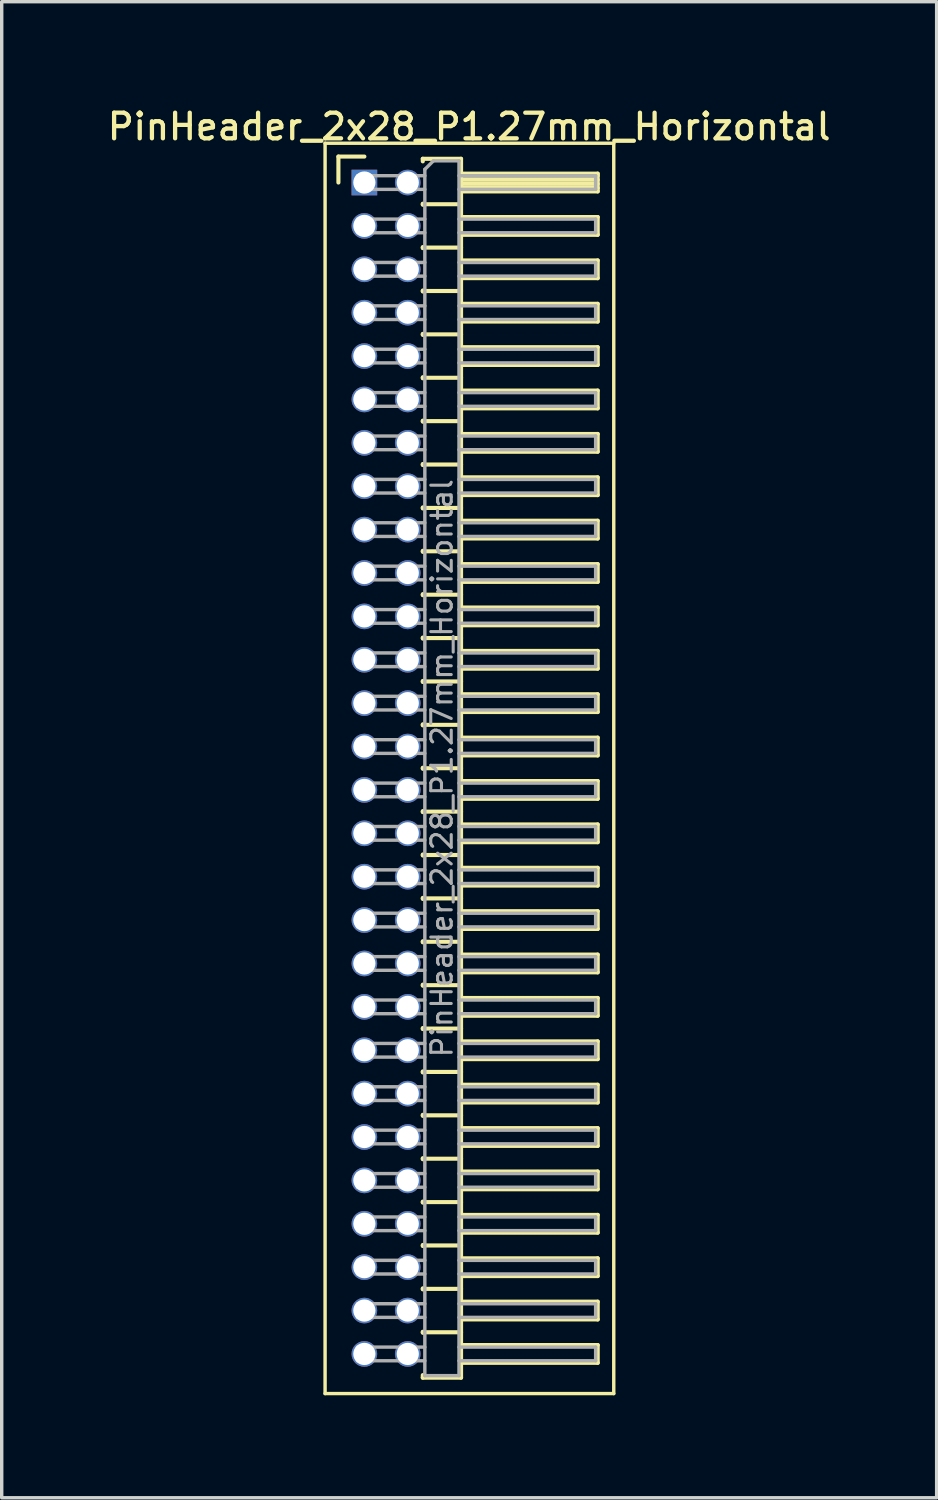
<source format=kicad_pcb>
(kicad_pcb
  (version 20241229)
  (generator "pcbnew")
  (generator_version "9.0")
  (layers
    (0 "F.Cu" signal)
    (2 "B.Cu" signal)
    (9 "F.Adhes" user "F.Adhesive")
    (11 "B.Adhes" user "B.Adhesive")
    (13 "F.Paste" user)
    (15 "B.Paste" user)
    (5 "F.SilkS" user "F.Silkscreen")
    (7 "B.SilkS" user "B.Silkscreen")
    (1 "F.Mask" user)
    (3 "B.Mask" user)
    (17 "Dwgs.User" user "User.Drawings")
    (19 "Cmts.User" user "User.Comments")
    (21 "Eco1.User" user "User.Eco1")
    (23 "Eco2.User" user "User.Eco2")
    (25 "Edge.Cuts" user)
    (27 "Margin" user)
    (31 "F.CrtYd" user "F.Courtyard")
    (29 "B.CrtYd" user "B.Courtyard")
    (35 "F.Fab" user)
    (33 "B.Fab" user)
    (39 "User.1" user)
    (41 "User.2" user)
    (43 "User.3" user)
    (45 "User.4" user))
  (footprint "PinHeader_2x28_P1.27mm_Horizontal"
    (layer "F.Cu")
    (at 7.616 2.293)
    (property "Reference" "PinHeader_2x28_P1.27mm_Horizontal" (at 3.067 -1.635 0) (layer "F.SilkS") (effects (font (size 0.75 0.75) (thickness 0.125))))
    (attr through_hole)
    (fp_line (start -1.15 -1.15) (end -1.15 35.45) (stroke (width 0.1) (type solid)) (layer "F.SilkS"))
    (fp_line (start -1.15 35.45) (end 7.3 35.45) (stroke (width 0.1) (type solid)) (layer "F.SilkS"))
    (fp_line (start -0.76 -0.76) (end 0 -0.76) (stroke (width 0.12) (type solid)) (layer "F.SilkS"))
    (fp_line (start -0.76 0) (end -0.76 -0.76) (stroke (width 0.12) (type solid)) (layer "F.SilkS"))
    (fp_line (start 1.71 -0.695) (end 2.83 -0.695) (stroke (width 0.12) (type solid)) (layer "F.SilkS"))
    (fp_line (start 1.71 -0.62) (end 1.71 -0.695) (stroke (width 0.12) (type solid)) (layer "F.SilkS"))
    (fp_line (start 1.71 0.62) (end 1.71 0.65) (stroke (width 0.12) (type solid)) (layer "F.SilkS"))
    (fp_line (start 1.71 0.635) (end 2.83 0.635) (stroke (width 0.12) (type solid)) (layer "F.SilkS"))
    (fp_line (start 1.71 1.89) (end 1.71 1.92) (stroke (width 0.12) (type solid)) (layer "F.SilkS"))
    (fp_line (start 1.71 1.905) (end 2.83 1.905) (stroke (width 0.12) (type solid)) (layer "F.SilkS"))
    (fp_line (start 1.71 3.16) (end 1.71 3.19) (stroke (width 0.12) (type solid)) (layer "F.SilkS"))
    (fp_line (start 1.71 3.175) (end 2.83 3.175) (stroke (width 0.12) (type solid)) (layer "F.SilkS"))
    (fp_line (start 1.71 4.43) (end 1.71 4.46) (stroke (width 0.12) (type solid)) (layer "F.SilkS"))
    (fp_line (start 1.71 4.445) (end 2.83 4.445) (stroke (width 0.12) (type solid)) (layer "F.SilkS"))
    (fp_line (start 1.71 5.7) (end 1.71 5.73) (stroke (width 0.12) (type solid)) (layer "F.SilkS"))
    (fp_line (start 1.71 5.715) (end 2.83 5.715) (stroke (width 0.12) (type solid)) (layer "F.SilkS"))
    (fp_line (start 1.71 6.97) (end 1.71 7) (stroke (width 0.12) (type solid)) (layer "F.SilkS"))
    (fp_line (start 1.71 6.985) (end 2.83 6.985) (stroke (width 0.12) (type solid)) (layer "F.SilkS"))
    (fp_line (start 1.71 8.24) (end 1.71 8.27) (stroke (width 0.12) (type solid)) (layer "F.SilkS"))
    (fp_line (start 1.71 8.255) (end 2.83 8.255) (stroke (width 0.12) (type solid)) (layer "F.SilkS"))
    (fp_line (start 1.71 9.51) (end 1.71 9.54) (stroke (width 0.12) (type solid)) (layer "F.SilkS"))
    (fp_line (start 1.71 9.525) (end 2.83 9.525) (stroke (width 0.12) (type solid)) (layer "F.SilkS"))
    (fp_line (start 1.71 10.78) (end 1.71 10.81) (stroke (width 0.12) (type solid)) (layer "F.SilkS"))
    (fp_line (start 1.71 10.795) (end 2.83 10.795) (stroke (width 0.12) (type solid)) (layer "F.SilkS"))
    (fp_line (start 1.71 12.05) (end 1.71 12.08) (stroke (width 0.12) (type solid)) (layer "F.SilkS"))
    (fp_line (start 1.71 12.065) (end 2.83 12.065) (stroke (width 0.12) (type solid)) (layer "F.SilkS"))
    (fp_line (start 1.71 13.32) (end 1.71 13.35) (stroke (width 0.12) (type solid)) (layer "F.SilkS"))
    (fp_line (start 1.71 13.335) (end 2.83 13.335) (stroke (width 0.12) (type solid)) (layer "F.SilkS"))
    (fp_line (start 1.71 14.59) (end 1.71 14.62) (stroke (width 0.12) (type solid)) (layer "F.SilkS"))
    (fp_line (start 1.71 14.605) (end 2.83 14.605) (stroke (width 0.12) (type solid)) (layer "F.SilkS"))
    (fp_line (start 1.71 15.86) (end 1.71 15.89) (stroke (width 0.12) (type solid)) (layer "F.SilkS"))
    (fp_line (start 1.71 15.875) (end 2.83 15.875) (stroke (width 0.12) (type solid)) (layer "F.SilkS"))
    (fp_line (start 1.71 17.13) (end 1.71 17.16) (stroke (width 0.12) (type solid)) (layer "F.SilkS"))
    (fp_line (start 1.71 17.145) (end 2.83 17.145) (stroke (width 0.12) (type solid)) (layer "F.SilkS"))
    (fp_line (start 1.71 18.4) (end 1.71 18.43) (stroke (width 0.12) (type solid)) (layer "F.SilkS"))
    (fp_line (start 1.71 18.415) (end 2.83 18.415) (stroke (width 0.12) (type solid)) (layer "F.SilkS"))
    (fp_line (start 1.71 19.67) (end 1.71 19.7) (stroke (width 0.12) (type solid)) (layer "F.SilkS"))
    (fp_line (start 1.71 19.685) (end 2.83 19.685) (stroke (width 0.12) (type solid)) (layer "F.SilkS"))
    (fp_line (start 1.71 20.94) (end 1.71 20.97) (stroke (width 0.12) (type solid)) (layer "F.SilkS"))
    (fp_line (start 1.71 20.955) (end 2.83 20.955) (stroke (width 0.12) (type solid)) (layer "F.SilkS"))
    (fp_line (start 1.71 22.21) (end 1.71 22.24) (stroke (width 0.12) (type solid)) (layer "F.SilkS"))
    (fp_line (start 1.71 22.225) (end 2.83 22.225) (stroke (width 0.12) (type solid)) (layer "F.SilkS"))
    (fp_line (start 1.71 23.48) (end 1.71 23.51) (stroke (width 0.12) (type solid)) (layer "F.SilkS"))
    (fp_line (start 1.71 23.495) (end 2.83 23.495) (stroke (width 0.12) (type solid)) (layer "F.SilkS"))
    (fp_line (start 1.71 24.75) (end 1.71 24.78) (stroke (width 0.12) (type solid)) (layer "F.SilkS"))
    (fp_line (start 1.71 24.765) (end 2.83 24.765) (stroke (width 0.12) (type solid)) (layer "F.SilkS"))
    (fp_line (start 1.71 26.02) (end 1.71 26.05) (stroke (width 0.12) (type solid)) (layer "F.SilkS"))
    (fp_line (start 1.71 26.035) (end 2.83 26.035) (stroke (width 0.12) (type solid)) (layer "F.SilkS"))
    (fp_line (start 1.71 27.29) (end 1.71 27.32) (stroke (width 0.12) (type solid)) (layer "F.SilkS"))
    (fp_line (start 1.71 27.305) (end 2.83 27.305) (stroke (width 0.12) (type solid)) (layer "F.SilkS"))
    (fp_line (start 1.71 28.56) (end 1.71 28.59) (stroke (width 0.12) (type solid)) (layer "F.SilkS"))
    (fp_line (start 1.71 28.575) (end 2.83 28.575) (stroke (width 0.12) (type solid)) (layer "F.SilkS"))
    (fp_line (start 1.71 29.83) (end 1.71 29.86) (stroke (width 0.12) (type solid)) (layer "F.SilkS"))
    (fp_line (start 1.71 29.845) (end 2.83 29.845) (stroke (width 0.12) (type solid)) (layer "F.SilkS"))
    (fp_line (start 1.71 31.1) (end 1.71 31.13) (stroke (width 0.12) (type solid)) (layer "F.SilkS"))
    (fp_line (start 1.71 31.115) (end 2.83 31.115) (stroke (width 0.12) (type solid)) (layer "F.SilkS"))
    (fp_line (start 1.71 32.37) (end 1.71 32.4) (stroke (width 0.12) (type solid)) (layer "F.SilkS"))
    (fp_line (start 1.71 32.385) (end 2.83 32.385) (stroke (width 0.12) (type solid)) (layer "F.SilkS"))
    (fp_line (start 1.71 33.64) (end 1.71 33.67) (stroke (width 0.12) (type solid)) (layer "F.SilkS"))
    (fp_line (start 1.71 33.655) (end 2.83 33.655) (stroke (width 0.12) (type solid)) (layer "F.SilkS"))
    (fp_line (start 1.71 34.985) (end 1.71 34.91) (stroke (width 0.12) (type solid)) (layer "F.SilkS"))
    (fp_line (start 2.83 -0.695) (end 2.83 34.985) (stroke (width 0.12) (type solid)) (layer "F.SilkS"))
    (fp_line (start 2.83 -0.26) (end 6.83 -0.26) (stroke (width 0.12) (type solid)) (layer "F.SilkS"))
    (fp_line (start 2.83 -0.2) (end 6.83 -0.2) (stroke (width 0.12) (type solid)) (layer "F.SilkS"))
    (fp_line (start 2.83 -0.08) (end 6.83 -0.08) (stroke (width 0.12) (type solid)) (layer "F.SilkS"))
    (fp_line (start 2.83 0.04) (end 6.83 0.04) (stroke (width 0.12) (type solid)) (layer "F.SilkS"))
    (fp_line (start 2.83 0.16) (end 6.83 0.16) (stroke (width 0.12) (type solid)) (layer "F.SilkS"))
    (fp_line (start 2.83 1.01) (end 6.83 1.01) (stroke (width 0.12) (type solid)) (layer "F.SilkS"))
    (fp_line (start 2.83 2.28) (end 6.83 2.28) (stroke (width 0.12) (type solid)) (layer "F.SilkS"))
    (fp_line (start 2.83 3.55) (end 6.83 3.55) (stroke (width 0.12) (type solid)) (layer "F.SilkS"))
    (fp_line (start 2.83 4.82) (end 6.83 4.82) (stroke (width 0.12) (type solid)) (layer "F.SilkS"))
    (fp_line (start 2.83 6.09) (end 6.83 6.09) (stroke (width 0.12) (type solid)) (layer "F.SilkS"))
    (fp_line (start 2.83 7.36) (end 6.83 7.36) (stroke (width 0.12) (type solid)) (layer "F.SilkS"))
    (fp_line (start 2.83 8.63) (end 6.83 8.63) (stroke (width 0.12) (type solid)) (layer "F.SilkS"))
    (fp_line (start 2.83 9.9) (end 6.83 9.9) (stroke (width 0.12) (type solid)) (layer "F.SilkS"))
    (fp_line (start 2.83 11.17) (end 6.83 11.17) (stroke (width 0.12) (type solid)) (layer "F.SilkS"))
    (fp_line (start 2.83 12.44) (end 6.83 12.44) (stroke (width 0.12) (type solid)) (layer "F.SilkS"))
    (fp_line (start 2.83 13.71) (end 6.83 13.71) (stroke (width 0.12) (type solid)) (layer "F.SilkS"))
    (fp_line (start 2.83 14.98) (end 6.83 14.98) (stroke (width 0.12) (type solid)) (layer "F.SilkS"))
    (fp_line (start 2.83 16.25) (end 6.83 16.25) (stroke (width 0.12) (type solid)) (layer "F.SilkS"))
    (fp_line (start 2.83 17.52) (end 6.83 17.52) (stroke (width 0.12) (type solid)) (layer "F.SilkS"))
    (fp_line (start 2.83 18.79) (end 6.83 18.79) (stroke (width 0.12) (type solid)) (layer "F.SilkS"))
    (fp_line (start 2.83 20.06) (end 6.83 20.06) (stroke (width 0.12) (type solid)) (layer "F.SilkS"))
    (fp_line (start 2.83 21.33) (end 6.83 21.33) (stroke (width 0.12) (type solid)) (layer "F.SilkS"))
    (fp_line (start 2.83 22.6) (end 6.83 22.6) (stroke (width 0.12) (type solid)) (layer "F.SilkS"))
    (fp_line (start 2.83 23.87) (end 6.83 23.87) (stroke (width 0.12) (type solid)) (layer "F.SilkS"))
    (fp_line (start 2.83 25.14) (end 6.83 25.14) (stroke (width 0.12) (type solid)) (layer "F.SilkS"))
    (fp_line (start 2.83 26.41) (end 6.83 26.41) (stroke (width 0.12) (type solid)) (layer "F.SilkS"))
    (fp_line (start 2.83 27.68) (end 6.83 27.68) (stroke (width 0.12) (type solid)) (layer "F.SilkS"))
    (fp_line (start 2.83 28.95) (end 6.83 28.95) (stroke (width 0.12) (type solid)) (layer "F.SilkS"))
    (fp_line (start 2.83 30.22) (end 6.83 30.22) (stroke (width 0.12) (type solid)) (layer "F.SilkS"))
    (fp_line (start 2.83 31.49) (end 6.83 31.49) (stroke (width 0.12) (type solid)) (layer "F.SilkS"))
    (fp_line (start 2.83 32.76) (end 6.83 32.76) (stroke (width 0.12) (type solid)) (layer "F.SilkS"))
    (fp_line (start 2.83 34.03) (end 6.83 34.03) (stroke (width 0.12) (type solid)) (layer "F.SilkS"))
    (fp_line (start 2.83 34.985) (end 1.71 34.985) (stroke (width 0.12) (type solid)) (layer "F.SilkS"))
    (fp_line (start 6.83 -0.26) (end 6.83 0.26) (stroke (width 0.12) (type solid)) (layer "F.SilkS"))
    (fp_line (start 6.83 0.26) (end 2.83 0.26) (stroke (width 0.12) (type solid)) (layer "F.SilkS"))
    (fp_line (start 6.83 1.01) (end 6.83 1.53) (stroke (width 0.12) (type solid)) (layer "F.SilkS"))
    (fp_line (start 6.83 1.53) (end 2.83 1.53) (stroke (width 0.12) (type solid)) (layer "F.SilkS"))
    (fp_line (start 6.83 2.28) (end 6.83 2.8) (stroke (width 0.12) (type solid)) (layer "F.SilkS"))
    (fp_line (start 6.83 2.8) (end 2.83 2.8) (stroke (width 0.12) (type solid)) (layer "F.SilkS"))
    (fp_line (start 6.83 3.55) (end 6.83 4.07) (stroke (width 0.12) (type solid)) (layer "F.SilkS"))
    (fp_line (start 6.83 4.07) (end 2.83 4.07) (stroke (width 0.12) (type solid)) (layer "F.SilkS"))
    (fp_line (start 6.83 4.82) (end 6.83 5.34) (stroke (width 0.12) (type solid)) (layer "F.SilkS"))
    (fp_line (start 6.83 5.34) (end 2.83 5.34) (stroke (width 0.12) (type solid)) (layer "F.SilkS"))
    (fp_line (start 6.83 6.09) (end 6.83 6.61) (stroke (width 0.12) (type solid)) (layer "F.SilkS"))
    (fp_line (start 6.83 6.61) (end 2.83 6.61) (stroke (width 0.12) (type solid)) (layer "F.SilkS"))
    (fp_line (start 6.83 7.36) (end 6.83 7.88) (stroke (width 0.12) (type solid)) (layer "F.SilkS"))
    (fp_line (start 6.83 7.88) (end 2.83 7.88) (stroke (width 0.12) (type solid)) (layer "F.SilkS"))
    (fp_line (start 6.83 8.63) (end 6.83 9.15) (stroke (width 0.12) (type solid)) (layer "F.SilkS"))
    (fp_line (start 6.83 9.15) (end 2.83 9.15) (stroke (width 0.12) (type solid)) (layer "F.SilkS"))
    (fp_line (start 6.83 9.9) (end 6.83 10.42) (stroke (width 0.12) (type solid)) (layer "F.SilkS"))
    (fp_line (start 6.83 10.42) (end 2.83 10.42) (stroke (width 0.12) (type solid)) (layer "F.SilkS"))
    (fp_line (start 6.83 11.17) (end 6.83 11.69) (stroke (width 0.12) (type solid)) (layer "F.SilkS"))
    (fp_line (start 6.83 11.69) (end 2.83 11.69) (stroke (width 0.12) (type solid)) (layer "F.SilkS"))
    (fp_line (start 6.83 12.44) (end 6.83 12.96) (stroke (width 0.12) (type solid)) (layer "F.SilkS"))
    (fp_line (start 6.83 12.96) (end 2.83 12.96) (stroke (width 0.12) (type solid)) (layer "F.SilkS"))
    (fp_line (start 6.83 13.71) (end 6.83 14.23) (stroke (width 0.12) (type solid)) (layer "F.SilkS"))
    (fp_line (start 6.83 14.23) (end 2.83 14.23) (stroke (width 0.12) (type solid)) (layer "F.SilkS"))
    (fp_line (start 6.83 14.98) (end 6.83 15.5) (stroke (width 0.12) (type solid)) (layer "F.SilkS"))
    (fp_line (start 6.83 15.5) (end 2.83 15.5) (stroke (width 0.12) (type solid)) (layer "F.SilkS"))
    (fp_line (start 6.83 16.25) (end 6.83 16.77) (stroke (width 0.12) (type solid)) (layer "F.SilkS"))
    (fp_line (start 6.83 16.77) (end 2.83 16.77) (stroke (width 0.12) (type solid)) (layer "F.SilkS"))
    (fp_line (start 6.83 17.52) (end 6.83 18.04) (stroke (width 0.12) (type solid)) (layer "F.SilkS"))
    (fp_line (start 6.83 18.04) (end 2.83 18.04) (stroke (width 0.12) (type solid)) (layer "F.SilkS"))
    (fp_line (start 6.83 18.79) (end 6.83 19.31) (stroke (width 0.12) (type solid)) (layer "F.SilkS"))
    (fp_line (start 6.83 19.31) (end 2.83 19.31) (stroke (width 0.12) (type solid)) (layer "F.SilkS"))
    (fp_line (start 6.83 20.06) (end 6.83 20.58) (stroke (width 0.12) (type solid)) (layer "F.SilkS"))
    (fp_line (start 6.83 20.58) (end 2.83 20.58) (stroke (width 0.12) (type solid)) (layer "F.SilkS"))
    (fp_line (start 6.83 21.33) (end 6.83 21.85) (stroke (width 0.12) (type solid)) (layer "F.SilkS"))
    (fp_line (start 6.83 21.85) (end 2.83 21.85) (stroke (width 0.12) (type solid)) (layer "F.SilkS"))
    (fp_line (start 6.83 22.6) (end 6.83 23.12) (stroke (width 0.12) (type solid)) (layer "F.SilkS"))
    (fp_line (start 6.83 23.12) (end 2.83 23.12) (stroke (width 0.12) (type solid)) (layer "F.SilkS"))
    (fp_line (start 6.83 23.87) (end 6.83 24.39) (stroke (width 0.12) (type solid)) (layer "F.SilkS"))
    (fp_line (start 6.83 24.39) (end 2.83 24.39) (stroke (width 0.12) (type solid)) (layer "F.SilkS"))
    (fp_line (start 6.83 25.14) (end 6.83 25.66) (stroke (width 0.12) (type solid)) (layer "F.SilkS"))
    (fp_line (start 6.83 25.66) (end 2.83 25.66) (stroke (width 0.12) (type solid)) (layer "F.SilkS"))
    (fp_line (start 6.83 26.41) (end 6.83 26.93) (stroke (width 0.12) (type solid)) (layer "F.SilkS"))
    (fp_line (start 6.83 26.93) (end 2.83 26.93) (stroke (width 0.12) (type solid)) (layer "F.SilkS"))
    (fp_line (start 6.83 27.68) (end 6.83 28.2) (stroke (width 0.12) (type solid)) (layer "F.SilkS"))
    (fp_line (start 6.83 28.2) (end 2.83 28.2) (stroke (width 0.12) (type solid)) (layer "F.SilkS"))
    (fp_line (start 6.83 28.95) (end 6.83 29.47) (stroke (width 0.12) (type solid)) (layer "F.SilkS"))
    (fp_line (start 6.83 29.47) (end 2.83 29.47) (stroke (width 0.12) (type solid)) (layer "F.SilkS"))
    (fp_line (start 6.83 30.22) (end 6.83 30.74) (stroke (width 0.12) (type solid)) (layer "F.SilkS"))
    (fp_line (start 6.83 30.74) (end 2.83 30.74) (stroke (width 0.12) (type solid)) (layer "F.SilkS"))
    (fp_line (start 6.83 31.49) (end 6.83 32.01) (stroke (width 0.12) (type solid)) (layer "F.SilkS"))
    (fp_line (start 6.83 32.01) (end 2.83 32.01) (stroke (width 0.12) (type solid)) (layer "F.SilkS"))
    (fp_line (start 6.83 32.76) (end 6.83 33.28) (stroke (width 0.12) (type solid)) (layer "F.SilkS"))
    (fp_line (start 6.83 33.28) (end 2.83 33.28) (stroke (width 0.12) (type solid)) (layer "F.SilkS"))
    (fp_line (start 6.83 34.03) (end 6.83 34.55) (stroke (width 0.12) (type solid)) (layer "F.SilkS"))
    (fp_line (start 6.83 34.55) (end 2.83 34.55) (stroke (width 0.12) (type solid)) (layer "F.SilkS"))
    (fp_line (start 7.3 -1.15) (end -1.15 -1.15) (stroke (width 0.1) (type solid)) (layer "F.SilkS"))
    (fp_line (start 7.3 35.45) (end 7.3 -1.15) (stroke (width 0.1) (type solid)) (layer "F.SilkS"))
    (fp_line (start -0.2 -0.2) (end -0.2 0.2) (stroke (width 0.1) (type solid)) (layer "F.Fab"))
    (fp_line (start -0.2 -0.2) (end 1.77 -0.2) (stroke (width 0.1) (type solid)) (layer "F.Fab"))
    (fp_line (start -0.2 0.2) (end 1.77 0.2) (stroke (width 0.1) (type solid)) (layer "F.Fab"))
    (fp_line (start -0.2 1.07) (end -0.2 1.47) (stroke (width 0.1) (type solid)) (layer "F.Fab"))
    (fp_line (start -0.2 1.07) (end 1.77 1.07) (stroke (width 0.1) (type solid)) (layer "F.Fab"))
    (fp_line (start -0.2 1.47) (end 1.77 1.47) (stroke (width 0.1) (type solid)) (layer "F.Fab"))
    (fp_line (start -0.2 2.34) (end -0.2 2.74) (stroke (width 0.1) (type solid)) (layer "F.Fab"))
    (fp_line (start -0.2 2.34) (end 1.77 2.34) (stroke (width 0.1) (type solid)) (layer "F.Fab"))
    (fp_line (start -0.2 2.74) (end 1.77 2.74) (stroke (width 0.1) (type solid)) (layer "F.Fab"))
    (fp_line (start -0.2 3.61) (end -0.2 4.01) (stroke (width 0.1) (type solid)) (layer "F.Fab"))
    (fp_line (start -0.2 3.61) (end 1.77 3.61) (stroke (width 0.1) (type solid)) (layer "F.Fab"))
    (fp_line (start -0.2 4.01) (end 1.77 4.01) (stroke (width 0.1) (type solid)) (layer "F.Fab"))
    (fp_line (start -0.2 4.88) (end -0.2 5.28) (stroke (width 0.1) (type solid)) (layer "F.Fab"))
    (fp_line (start -0.2 4.88) (end 1.77 4.88) (stroke (width 0.1) (type solid)) (layer "F.Fab"))
    (fp_line (start -0.2 5.28) (end 1.77 5.28) (stroke (width 0.1) (type solid)) (layer "F.Fab"))
    (fp_line (start -0.2 6.15) (end -0.2 6.55) (stroke (width 0.1) (type solid)) (layer "F.Fab"))
    (fp_line (start -0.2 6.15) (end 1.77 6.15) (stroke (width 0.1) (type solid)) (layer "F.Fab"))
    (fp_line (start -0.2 6.55) (end 1.77 6.55) (stroke (width 0.1) (type solid)) (layer "F.Fab"))
    (fp_line (start -0.2 7.42) (end -0.2 7.82) (stroke (width 0.1) (type solid)) (layer "F.Fab"))
    (fp_line (start -0.2 7.42) (end 1.77 7.42) (stroke (width 0.1) (type solid)) (layer "F.Fab"))
    (fp_line (start -0.2 7.82) (end 1.77 7.82) (stroke (width 0.1) (type solid)) (layer "F.Fab"))
    (fp_line (start -0.2 8.69) (end -0.2 9.09) (stroke (width 0.1) (type solid)) (layer "F.Fab"))
    (fp_line (start -0.2 8.69) (end 1.77 8.69) (stroke (width 0.1) (type solid)) (layer "F.Fab"))
    (fp_line (start -0.2 9.09) (end 1.77 9.09) (stroke (width 0.1) (type solid)) (layer "F.Fab"))
    (fp_line (start -0.2 9.96) (end -0.2 10.36) (stroke (width 0.1) (type solid)) (layer "F.Fab"))
    (fp_line (start -0.2 9.96) (end 1.77 9.96) (stroke (width 0.1) (type solid)) (layer "F.Fab"))
    (fp_line (start -0.2 10.36) (end 1.77 10.36) (stroke (width 0.1) (type solid)) (layer "F.Fab"))
    (fp_line (start -0.2 11.23) (end -0.2 11.63) (stroke (width 0.1) (type solid)) (layer "F.Fab"))
    (fp_line (start -0.2 11.23) (end 1.77 11.23) (stroke (width 0.1) (type solid)) (layer "F.Fab"))
    (fp_line (start -0.2 11.63) (end 1.77 11.63) (stroke (width 0.1) (type solid)) (layer "F.Fab"))
    (fp_line (start -0.2 12.5) (end -0.2 12.9) (stroke (width 0.1) (type solid)) (layer "F.Fab"))
    (fp_line (start -0.2 12.5) (end 1.77 12.5) (stroke (width 0.1) (type solid)) (layer "F.Fab"))
    (fp_line (start -0.2 12.9) (end 1.77 12.9) (stroke (width 0.1) (type solid)) (layer "F.Fab"))
    (fp_line (start -0.2 13.77) (end -0.2 14.17) (stroke (width 0.1) (type solid)) (layer "F.Fab"))
    (fp_line (start -0.2 13.77) (end 1.77 13.77) (stroke (width 0.1) (type solid)) (layer "F.Fab"))
    (fp_line (start -0.2 14.17) (end 1.77 14.17) (stroke (width 0.1) (type solid)) (layer "F.Fab"))
    (fp_line (start -0.2 15.04) (end -0.2 15.44) (stroke (width 0.1) (type solid)) (layer "F.Fab"))
    (fp_line (start -0.2 15.04) (end 1.77 15.04) (stroke (width 0.1) (type solid)) (layer "F.Fab"))
    (fp_line (start -0.2 15.44) (end 1.77 15.44) (stroke (width 0.1) (type solid)) (layer "F.Fab"))
    (fp_line (start -0.2 16.31) (end -0.2 16.71) (stroke (width 0.1) (type solid)) (layer "F.Fab"))
    (fp_line (start -0.2 16.31) (end 1.77 16.31) (stroke (width 0.1) (type solid)) (layer "F.Fab"))
    (fp_line (start -0.2 16.71) (end 1.77 16.71) (stroke (width 0.1) (type solid)) (layer "F.Fab"))
    (fp_line (start -0.2 17.58) (end -0.2 17.98) (stroke (width 0.1) (type solid)) (layer "F.Fab"))
    (fp_line (start -0.2 17.58) (end 1.77 17.58) (stroke (width 0.1) (type solid)) (layer "F.Fab"))
    (fp_line (start -0.2 17.98) (end 1.77 17.98) (stroke (width 0.1) (type solid)) (layer "F.Fab"))
    (fp_line (start -0.2 18.85) (end -0.2 19.25) (stroke (width 0.1) (type solid)) (layer "F.Fab"))
    (fp_line (start -0.2 18.85) (end 1.77 18.85) (stroke (width 0.1) (type solid)) (layer "F.Fab"))
    (fp_line (start -0.2 19.25) (end 1.77 19.25) (stroke (width 0.1) (type solid)) (layer "F.Fab"))
    (fp_line (start -0.2 20.12) (end -0.2 20.52) (stroke (width 0.1) (type solid)) (layer "F.Fab"))
    (fp_line (start -0.2 20.12) (end 1.77 20.12) (stroke (width 0.1) (type solid)) (layer "F.Fab"))
    (fp_line (start -0.2 20.52) (end 1.77 20.52) (stroke (width 0.1) (type solid)) (layer "F.Fab"))
    (fp_line (start -0.2 21.39) (end -0.2 21.79) (stroke (width 0.1) (type solid)) (layer "F.Fab"))
    (fp_line (start -0.2 21.39) (end 1.77 21.39) (stroke (width 0.1) (type solid)) (layer "F.Fab"))
    (fp_line (start -0.2 21.79) (end 1.77 21.79) (stroke (width 0.1) (type solid)) (layer "F.Fab"))
    (fp_line (start -0.2 22.66) (end -0.2 23.06) (stroke (width 0.1) (type solid)) (layer "F.Fab"))
    (fp_line (start -0.2 22.66) (end 1.77 22.66) (stroke (width 0.1) (type solid)) (layer "F.Fab"))
    (fp_line (start -0.2 23.06) (end 1.77 23.06) (stroke (width 0.1) (type solid)) (layer "F.Fab"))
    (fp_line (start -0.2 23.93) (end -0.2 24.33) (stroke (width 0.1) (type solid)) (layer "F.Fab"))
    (fp_line (start -0.2 23.93) (end 1.77 23.93) (stroke (width 0.1) (type solid)) (layer "F.Fab"))
    (fp_line (start -0.2 24.33) (end 1.77 24.33) (stroke (width 0.1) (type solid)) (layer "F.Fab"))
    (fp_line (start -0.2 25.2) (end -0.2 25.6) (stroke (width 0.1) (type solid)) (layer "F.Fab"))
    (fp_line (start -0.2 25.2) (end 1.77 25.2) (stroke (width 0.1) (type solid)) (layer "F.Fab"))
    (fp_line (start -0.2 25.6) (end 1.77 25.6) (stroke (width 0.1) (type solid)) (layer "F.Fab"))
    (fp_line (start -0.2 26.47) (end -0.2 26.87) (stroke (width 0.1) (type solid)) (layer "F.Fab"))
    (fp_line (start -0.2 26.47) (end 1.77 26.47) (stroke (width 0.1) (type solid)) (layer "F.Fab"))
    (fp_line (start -0.2 26.87) (end 1.77 26.87) (stroke (width 0.1) (type solid)) (layer "F.Fab"))
    (fp_line (start -0.2 27.74) (end -0.2 28.14) (stroke (width 0.1) (type solid)) (layer "F.Fab"))
    (fp_line (start -0.2 27.74) (end 1.77 27.74) (stroke (width 0.1) (type solid)) (layer "F.Fab"))
    (fp_line (start -0.2 28.14) (end 1.77 28.14) (stroke (width 0.1) (type solid)) (layer "F.Fab"))
    (fp_line (start -0.2 29.01) (end -0.2 29.41) (stroke (width 0.1) (type solid)) (layer "F.Fab"))
    (fp_line (start -0.2 29.01) (end 1.77 29.01) (stroke (width 0.1) (type solid)) (layer "F.Fab"))
    (fp_line (start -0.2 29.41) (end 1.77 29.41) (stroke (width 0.1) (type solid)) (layer "F.Fab"))
    (fp_line (start -0.2 30.28) (end -0.2 30.68) (stroke (width 0.1) (type solid)) (layer "F.Fab"))
    (fp_line (start -0.2 30.28) (end 1.77 30.28) (stroke (width 0.1) (type solid)) (layer "F.Fab"))
    (fp_line (start -0.2 30.68) (end 1.77 30.68) (stroke (width 0.1) (type solid)) (layer "F.Fab"))
    (fp_line (start -0.2 31.55) (end -0.2 31.95) (stroke (width 0.1) (type solid)) (layer "F.Fab"))
    (fp_line (start -0.2 31.55) (end 1.77 31.55) (stroke (width 0.1) (type solid)) (layer "F.Fab"))
    (fp_line (start -0.2 31.95) (end 1.77 31.95) (stroke (width 0.1) (type solid)) (layer "F.Fab"))
    (fp_line (start -0.2 32.82) (end -0.2 33.22) (stroke (width 0.1) (type solid)) (layer "F.Fab"))
    (fp_line (start -0.2 32.82) (end 1.77 32.82) (stroke (width 0.1) (type solid)) (layer "F.Fab"))
    (fp_line (start -0.2 33.22) (end 1.77 33.22) (stroke (width 0.1) (type solid)) (layer "F.Fab"))
    (fp_line (start -0.2 34.09) (end -0.2 34.49) (stroke (width 0.1) (type solid)) (layer "F.Fab"))
    (fp_line (start -0.2 34.09) (end 1.77 34.09) (stroke (width 0.1) (type solid)) (layer "F.Fab"))
    (fp_line (start -0.2 34.49) (end 1.77 34.49) (stroke (width 0.1) (type solid)) (layer "F.Fab"))
    (fp_line (start 1.77 -0.385) (end 2.02 -0.635) (stroke (width 0.1) (type solid)) (layer "F.Fab"))
    (fp_line (start 1.77 34.925) (end 1.77 -0.385) (stroke (width 0.1) (type solid)) (layer "F.Fab"))
    (fp_line (start 2.02 -0.635) (end 2.77 -0.635) (stroke (width 0.1) (type solid)) (layer "F.Fab"))
    (fp_line (start 2.77 -0.635) (end 2.77 34.925) (stroke (width 0.1) (type solid)) (layer "F.Fab"))
    (fp_line (start 2.77 -0.2) (end 6.77 -0.2) (stroke (width 0.1) (type solid)) (layer "F.Fab"))
    (fp_line (start 2.77 0.2) (end 6.77 0.2) (stroke (width 0.1) (type solid)) (layer "F.Fab"))
    (fp_line (start 2.77 1.07) (end 6.77 1.07) (stroke (width 0.1) (type solid)) (layer "F.Fab"))
    (fp_line (start 2.77 1.47) (end 6.77 1.47) (stroke (width 0.1) (type solid)) (layer "F.Fab"))
    (fp_line (start 2.77 2.34) (end 6.77 2.34) (stroke (width 0.1) (type solid)) (layer "F.Fab"))
    (fp_line (start 2.77 2.74) (end 6.77 2.74) (stroke (width 0.1) (type solid)) (layer "F.Fab"))
    (fp_line (start 2.77 3.61) (end 6.77 3.61) (stroke (width 0.1) (type solid)) (layer "F.Fab"))
    (fp_line (start 2.77 4.01) (end 6.77 4.01) (stroke (width 0.1) (type solid)) (layer "F.Fab"))
    (fp_line (start 2.77 4.88) (end 6.77 4.88) (stroke (width 0.1) (type solid)) (layer "F.Fab"))
    (fp_line (start 2.77 5.28) (end 6.77 5.28) (stroke (width 0.1) (type solid)) (layer "F.Fab"))
    (fp_line (start 2.77 6.15) (end 6.77 6.15) (stroke (width 0.1) (type solid)) (layer "F.Fab"))
    (fp_line (start 2.77 6.55) (end 6.77 6.55) (stroke (width 0.1) (type solid)) (layer "F.Fab"))
    (fp_line (start 2.77 7.42) (end 6.77 7.42) (stroke (width 0.1) (type solid)) (layer "F.Fab"))
    (fp_line (start 2.77 7.82) (end 6.77 7.82) (stroke (width 0.1) (type solid)) (layer "F.Fab"))
    (fp_line (start 2.77 8.69) (end 6.77 8.69) (stroke (width 0.1) (type solid)) (layer "F.Fab"))
    (fp_line (start 2.77 9.09) (end 6.77 9.09) (stroke (width 0.1) (type solid)) (layer "F.Fab"))
    (fp_line (start 2.77 9.96) (end 6.77 9.96) (stroke (width 0.1) (type solid)) (layer "F.Fab"))
    (fp_line (start 2.77 10.36) (end 6.77 10.36) (stroke (width 0.1) (type solid)) (layer "F.Fab"))
    (fp_line (start 2.77 11.23) (end 6.77 11.23) (stroke (width 0.1) (type solid)) (layer "F.Fab"))
    (fp_line (start 2.77 11.63) (end 6.77 11.63) (stroke (width 0.1) (type solid)) (layer "F.Fab"))
    (fp_line (start 2.77 12.5) (end 6.77 12.5) (stroke (width 0.1) (type solid)) (layer "F.Fab"))
    (fp_line (start 2.77 12.9) (end 6.77 12.9) (stroke (width 0.1) (type solid)) (layer "F.Fab"))
    (fp_line (start 2.77 13.77) (end 6.77 13.77) (stroke (width 0.1) (type solid)) (layer "F.Fab"))
    (fp_line (start 2.77 14.17) (end 6.77 14.17) (stroke (width 0.1) (type solid)) (layer "F.Fab"))
    (fp_line (start 2.77 15.04) (end 6.77 15.04) (stroke (width 0.1) (type solid)) (layer "F.Fab"))
    (fp_line (start 2.77 15.44) (end 6.77 15.44) (stroke (width 0.1) (type solid)) (layer "F.Fab"))
    (fp_line (start 2.77 16.31) (end 6.77 16.31) (stroke (width 0.1) (type solid)) (layer "F.Fab"))
    (fp_line (start 2.77 16.71) (end 6.77 16.71) (stroke (width 0.1) (type solid)) (layer "F.Fab"))
    (fp_line (start 2.77 17.58) (end 6.77 17.58) (stroke (width 0.1) (type solid)) (layer "F.Fab"))
    (fp_line (start 2.77 17.98) (end 6.77 17.98) (stroke (width 0.1) (type solid)) (layer "F.Fab"))
    (fp_line (start 2.77 18.85) (end 6.77 18.85) (stroke (width 0.1) (type solid)) (layer "F.Fab"))
    (fp_line (start 2.77 19.25) (end 6.77 19.25) (stroke (width 0.1) (type solid)) (layer "F.Fab"))
    (fp_line (start 2.77 20.12) (end 6.77 20.12) (stroke (width 0.1) (type solid)) (layer "F.Fab"))
    (fp_line (start 2.77 20.52) (end 6.77 20.52) (stroke (width 0.1) (type solid)) (layer "F.Fab"))
    (fp_line (start 2.77 21.39) (end 6.77 21.39) (stroke (width 0.1) (type solid)) (layer "F.Fab"))
    (fp_line (start 2.77 21.79) (end 6.77 21.79) (stroke (width 0.1) (type solid)) (layer "F.Fab"))
    (fp_line (start 2.77 22.66) (end 6.77 22.66) (stroke (width 0.1) (type solid)) (layer "F.Fab"))
    (fp_line (start 2.77 23.06) (end 6.77 23.06) (stroke (width 0.1) (type solid)) (layer "F.Fab"))
    (fp_line (start 2.77 23.93) (end 6.77 23.93) (stroke (width 0.1) (type solid)) (layer "F.Fab"))
    (fp_line (start 2.77 24.33) (end 6.77 24.33) (stroke (width 0.1) (type solid)) (layer "F.Fab"))
    (fp_line (start 2.77 25.2) (end 6.77 25.2) (stroke (width 0.1) (type solid)) (layer "F.Fab"))
    (fp_line (start 2.77 25.6) (end 6.77 25.6) (stroke (width 0.1) (type solid)) (layer "F.Fab"))
    (fp_line (start 2.77 26.47) (end 6.77 26.47) (stroke (width 0.1) (type solid)) (layer "F.Fab"))
    (fp_line (start 2.77 26.87) (end 6.77 26.87) (stroke (width 0.1) (type solid)) (layer "F.Fab"))
    (fp_line (start 2.77 27.74) (end 6.77 27.74) (stroke (width 0.1) (type solid)) (layer "F.Fab"))
    (fp_line (start 2.77 28.14) (end 6.77 28.14) (stroke (width 0.1) (type solid)) (layer "F.Fab"))
    (fp_line (start 2.77 29.01) (end 6.77 29.01) (stroke (width 0.1) (type solid)) (layer "F.Fab"))
    (fp_line (start 2.77 29.41) (end 6.77 29.41) (stroke (width 0.1) (type solid)) (layer "F.Fab"))
    (fp_line (start 2.77 30.28) (end 6.77 30.28) (stroke (width 0.1) (type solid)) (layer "F.Fab"))
    (fp_line (start 2.77 30.68) (end 6.77 30.68) (stroke (width 0.1) (type solid)) (layer "F.Fab"))
    (fp_line (start 2.77 31.55) (end 6.77 31.55) (stroke (width 0.1) (type solid)) (layer "F.Fab"))
    (fp_line (start 2.77 31.95) (end 6.77 31.95) (stroke (width 0.1) (type solid)) (layer "F.Fab"))
    (fp_line (start 2.77 32.82) (end 6.77 32.82) (stroke (width 0.1) (type solid)) (layer "F.Fab"))
    (fp_line (start 2.77 33.22) (end 6.77 33.22) (stroke (width 0.1) (type solid)) (layer "F.Fab"))
    (fp_line (start 2.77 34.09) (end 6.77 34.09) (stroke (width 0.1) (type solid)) (layer "F.Fab"))
    (fp_line (start 2.77 34.49) (end 6.77 34.49) (stroke (width 0.1) (type solid)) (layer "F.Fab"))
    (fp_line (start 2.77 34.925) (end 1.77 34.925) (stroke (width 0.1) (type solid)) (layer "F.Fab"))
    (fp_line (start 6.77 -0.2) (end 6.77 0.2) (stroke (width 0.1) (type solid)) (layer "F.Fab"))
    (fp_line (start 6.77 1.07) (end 6.77 1.47) (stroke (width 0.1) (type solid)) (layer "F.Fab"))
    (fp_line (start 6.77 2.34) (end 6.77 2.74) (stroke (width 0.1) (type solid)) (layer "F.Fab"))
    (fp_line (start 6.77 3.61) (end 6.77 4.01) (stroke (width 0.1) (type solid)) (layer "F.Fab"))
    (fp_line (start 6.77 4.88) (end 6.77 5.28) (stroke (width 0.1) (type solid)) (layer "F.Fab"))
    (fp_line (start 6.77 6.15) (end 6.77 6.55) (stroke (width 0.1) (type solid)) (layer "F.Fab"))
    (fp_line (start 6.77 7.42) (end 6.77 7.82) (stroke (width 0.1) (type solid)) (layer "F.Fab"))
    (fp_line (start 6.77 8.69) (end 6.77 9.09) (stroke (width 0.1) (type solid)) (layer "F.Fab"))
    (fp_line (start 6.77 9.96) (end 6.77 10.36) (stroke (width 0.1) (type solid)) (layer "F.Fab"))
    (fp_line (start 6.77 11.23) (end 6.77 11.63) (stroke (width 0.1) (type solid)) (layer "F.Fab"))
    (fp_line (start 6.77 12.5) (end 6.77 12.9) (stroke (width 0.1) (type solid)) (layer "F.Fab"))
    (fp_line (start 6.77 13.77) (end 6.77 14.17) (stroke (width 0.1) (type solid)) (layer "F.Fab"))
    (fp_line (start 6.77 15.04) (end 6.77 15.44) (stroke (width 0.1) (type solid)) (layer "F.Fab"))
    (fp_line (start 6.77 16.31) (end 6.77 16.71) (stroke (width 0.1) (type solid)) (layer "F.Fab"))
    (fp_line (start 6.77 17.58) (end 6.77 17.98) (stroke (width 0.1) (type solid)) (layer "F.Fab"))
    (fp_line (start 6.77 18.85) (end 6.77 19.25) (stroke (width 0.1) (type solid)) (layer "F.Fab"))
    (fp_line (start 6.77 20.12) (end 6.77 20.52) (stroke (width 0.1) (type solid)) (layer "F.Fab"))
    (fp_line (start 6.77 21.39) (end 6.77 21.79) (stroke (width 0.1) (type solid)) (layer "F.Fab"))
    (fp_line (start 6.77 22.66) (end 6.77 23.06) (stroke (width 0.1) (type solid)) (layer "F.Fab"))
    (fp_line (start 6.77 23.93) (end 6.77 24.33) (stroke (width 0.1) (type solid)) (layer "F.Fab"))
    (fp_line (start 6.77 25.2) (end 6.77 25.6) (stroke (width 0.1) (type solid)) (layer "F.Fab"))
    (fp_line (start 6.77 26.47) (end 6.77 26.87) (stroke (width 0.1) (type solid)) (layer "F.Fab"))
    (fp_line (start 6.77 27.74) (end 6.77 28.14) (stroke (width 0.1) (type solid)) (layer "F.Fab"))
    (fp_line (start 6.77 29.01) (end 6.77 29.41) (stroke (width 0.1) (type solid)) (layer "F.Fab"))
    (fp_line (start 6.77 30.28) (end 6.77 30.68) (stroke (width 0.1) (type solid)) (layer "F.Fab"))
    (fp_line (start 6.77 31.55) (end 6.77 31.95) (stroke (width 0.1) (type solid)) (layer "F.Fab"))
    (fp_line (start 6.77 32.82) (end 6.77 33.22) (stroke (width 0.1) (type solid)) (layer "F.Fab"))
    (fp_line (start 6.77 34.09) (end 6.77 34.49) (stroke (width 0.1) (type solid)) (layer "F.Fab"))
    (fp_text user "${REFERENCE}" (at 2.27 17.145 90) (layer "F.Fab") (effects (font (size 0.6 0.6) (thickness 0.09))))
    (pad "1" thru_hole rect (at 0 0) (size 0.75 0.75) (drill 0.65) (layers "*.Cu" "*.Mask"))
    (pad "2" thru_hole oval (at 1.27 0) (size 0.75 0.75) (drill 0.65) (layers "*.Cu" "*.Mask"))
    (pad "3" thru_hole oval (at 0 1.27) (size 0.75 0.75) (drill 0.65) (layers "*.Cu" "*.Mask"))
    (pad "4" thru_hole oval (at 1.27 1.27) (size 0.75 0.75) (drill 0.65) (layers "*.Cu" "*.Mask"))
    (pad "5" thru_hole oval (at 0 2.54) (size 0.75 0.75) (drill 0.65) (layers "*.Cu" "*.Mask"))
    (pad "6" thru_hole oval (at 1.27 2.54) (size 0.75 0.75) (drill 0.65) (layers "*.Cu" "*.Mask"))
    (pad "7" thru_hole oval (at 0 3.81) (size 0.75 0.75) (drill 0.65) (layers "*.Cu" "*.Mask"))
    (pad "8" thru_hole oval (at 1.27 3.81) (size 0.75 0.75) (drill 0.65) (layers "*.Cu" "*.Mask"))
    (pad "9" thru_hole oval (at 0 5.08) (size 0.75 0.75) (drill 0.65) (layers "*.Cu" "*.Mask"))
    (pad "10" thru_hole oval (at 1.27 5.08) (size 0.75 0.75) (drill 0.65) (layers "*.Cu" "*.Mask"))
    (pad "11" thru_hole oval (at 0 6.35) (size 0.75 0.75) (drill 0.65) (layers "*.Cu" "*.Mask"))
    (pad "12" thru_hole oval (at 1.27 6.35) (size 0.75 0.75) (drill 0.65) (layers "*.Cu" "*.Mask"))
    (pad "13" thru_hole oval (at 0 7.62) (size 0.75 0.75) (drill 0.65) (layers "*.Cu" "*.Mask"))
    (pad "14" thru_hole oval (at 1.27 7.62) (size 0.75 0.75) (drill 0.65) (layers "*.Cu" "*.Mask"))
    (pad "15" thru_hole oval (at 0 8.89) (size 0.75 0.75) (drill 0.65) (layers "*.Cu" "*.Mask"))
    (pad "16" thru_hole oval (at 1.27 8.89) (size 0.75 0.75) (drill 0.65) (layers "*.Cu" "*.Mask"))
    (pad "17" thru_hole oval (at 0 10.16) (size 0.75 0.75) (drill 0.65) (layers "*.Cu" "*.Mask"))
    (pad "18" thru_hole oval (at 1.27 10.16) (size 0.75 0.75) (drill 0.65) (layers "*.Cu" "*.Mask"))
    (pad "19" thru_hole oval (at 0 11.43) (size 0.75 0.75) (drill 0.65) (layers "*.Cu" "*.Mask"))
    (pad "20" thru_hole oval (at 1.27 11.43) (size 0.75 0.75) (drill 0.65) (layers "*.Cu" "*.Mask"))
    (pad "21" thru_hole oval (at 0 12.7) (size 0.75 0.75) (drill 0.65) (layers "*.Cu" "*.Mask"))
    (pad "22" thru_hole oval (at 1.27 12.7) (size 0.75 0.75) (drill 0.65) (layers "*.Cu" "*.Mask"))
    (pad "23" thru_hole oval (at 0 13.97) (size 0.75 0.75) (drill 0.65) (layers "*.Cu" "*.Mask"))
    (pad "24" thru_hole oval (at 1.27 13.97) (size 0.75 0.75) (drill 0.65) (layers "*.Cu" "*.Mask"))
    (pad "25" thru_hole oval (at 0 15.24) (size 0.75 0.75) (drill 0.65) (layers "*.Cu" "*.Mask"))
    (pad "26" thru_hole oval (at 1.27 15.24) (size 0.75 0.75) (drill 0.65) (layers "*.Cu" "*.Mask"))
    (pad "27" thru_hole oval (at 0 16.51) (size 0.75 0.75) (drill 0.65) (layers "*.Cu" "*.Mask"))
    (pad "28" thru_hole oval (at 1.27 16.51) (size 0.75 0.75) (drill 0.65) (layers "*.Cu" "*.Mask"))
    (pad "29" thru_hole oval (at 0 17.78) (size 0.75 0.75) (drill 0.65) (layers "*.Cu" "*.Mask"))
    (pad "30" thru_hole oval (at 1.27 17.78) (size 0.75 0.75) (drill 0.65) (layers "*.Cu" "*.Mask"))
    (pad "31" thru_hole oval (at 0 19.05) (size 0.75 0.75) (drill 0.65) (layers "*.Cu" "*.Mask"))
    (pad "32" thru_hole oval (at 1.27 19.05) (size 0.75 0.75) (drill 0.65) (layers "*.Cu" "*.Mask"))
    (pad "33" thru_hole oval (at 0 20.32) (size 0.75 0.75) (drill 0.65) (layers "*.Cu" "*.Mask"))
    (pad "34" thru_hole oval (at 1.27 20.32) (size 0.75 0.75) (drill 0.65) (layers "*.Cu" "*.Mask"))
    (pad "35" thru_hole oval (at 0 21.59) (size 0.75 0.75) (drill 0.65) (layers "*.Cu" "*.Mask"))
    (pad "36" thru_hole oval (at 1.27 21.59) (size 0.75 0.75) (drill 0.65) (layers "*.Cu" "*.Mask"))
    (pad "37" thru_hole oval (at 0 22.86) (size 0.75 0.75) (drill 0.65) (layers "*.Cu" "*.Mask"))
    (pad "38" thru_hole oval (at 1.27 22.86) (size 0.75 0.75) (drill 0.65) (layers "*.Cu" "*.Mask"))
    (pad "39" thru_hole oval (at 0 24.13) (size 0.75 0.75) (drill 0.65) (layers "*.Cu" "*.Mask"))
    (pad "40" thru_hole oval (at 1.27 24.13) (size 0.75 0.75) (drill 0.65) (layers "*.Cu" "*.Mask"))
    (pad "41" thru_hole oval (at 0 25.4) (size 0.75 0.75) (drill 0.65) (layers "*.Cu" "*.Mask"))
    (pad "42" thru_hole oval (at 1.27 25.4) (size 0.75 0.75) (drill 0.65) (layers "*.Cu" "*.Mask"))
    (pad "43" thru_hole oval (at 0 26.67) (size 0.75 0.75) (drill 0.65) (layers "*.Cu" "*.Mask"))
    (pad "44" thru_hole oval (at 1.27 26.67) (size 0.75 0.75) (drill 0.65) (layers "*.Cu" "*.Mask"))
    (pad "45" thru_hole oval (at 0 27.94) (size 0.75 0.75) (drill 0.65) (layers "*.Cu" "*.Mask"))
    (pad "46" thru_hole oval (at 1.27 27.94) (size 0.75 0.75) (drill 0.65) (layers "*.Cu" "*.Mask"))
    (pad "47" thru_hole oval (at 0 29.21) (size 0.75 0.75) (drill 0.65) (layers "*.Cu" "*.Mask"))
    (pad "48" thru_hole oval (at 1.27 29.21) (size 0.75 0.75) (drill 0.65) (layers "*.Cu" "*.Mask"))
    (pad "49" thru_hole oval (at 0 30.48) (size 0.75 0.75) (drill 0.65) (layers "*.Cu" "*.Mask"))
    (pad "50" thru_hole oval (at 1.27 30.48) (size 0.75 0.75) (drill 0.65) (layers "*.Cu" "*.Mask"))
    (pad "51" thru_hole oval (at 0 31.75) (size 0.75 0.75) (drill 0.65) (layers "*.Cu" "*.Mask"))
    (pad "52" thru_hole oval (at 1.27 31.75) (size 0.75 0.75) (drill 0.65) (layers "*.Cu" "*.Mask"))
    (pad "53" thru_hole oval (at 0 33.02) (size 0.75 0.75) (drill 0.65) (layers "*.Cu" "*.Mask"))
    (pad "54" thru_hole oval (at 1.27 33.02) (size 0.75 0.75) (drill 0.65) (layers "*.Cu" "*.Mask"))
    (pad "55" thru_hole oval (at 0 34.29) (size 0.75 0.75) (drill 0.65) (layers "*.Cu" "*.Mask"))
    (pad "56" thru_hole oval (at 1.27 34.29) (size 0.75 0.75) (drill 0.65) (layers "*.Cu" "*.Mask")))
  (gr_rect
    (start -3 -3)
    (end 24.368 40.793)
    (stroke (width 0.1) (type default))
    (fill no)
    (layer "Edge.Cuts")))
</source>
